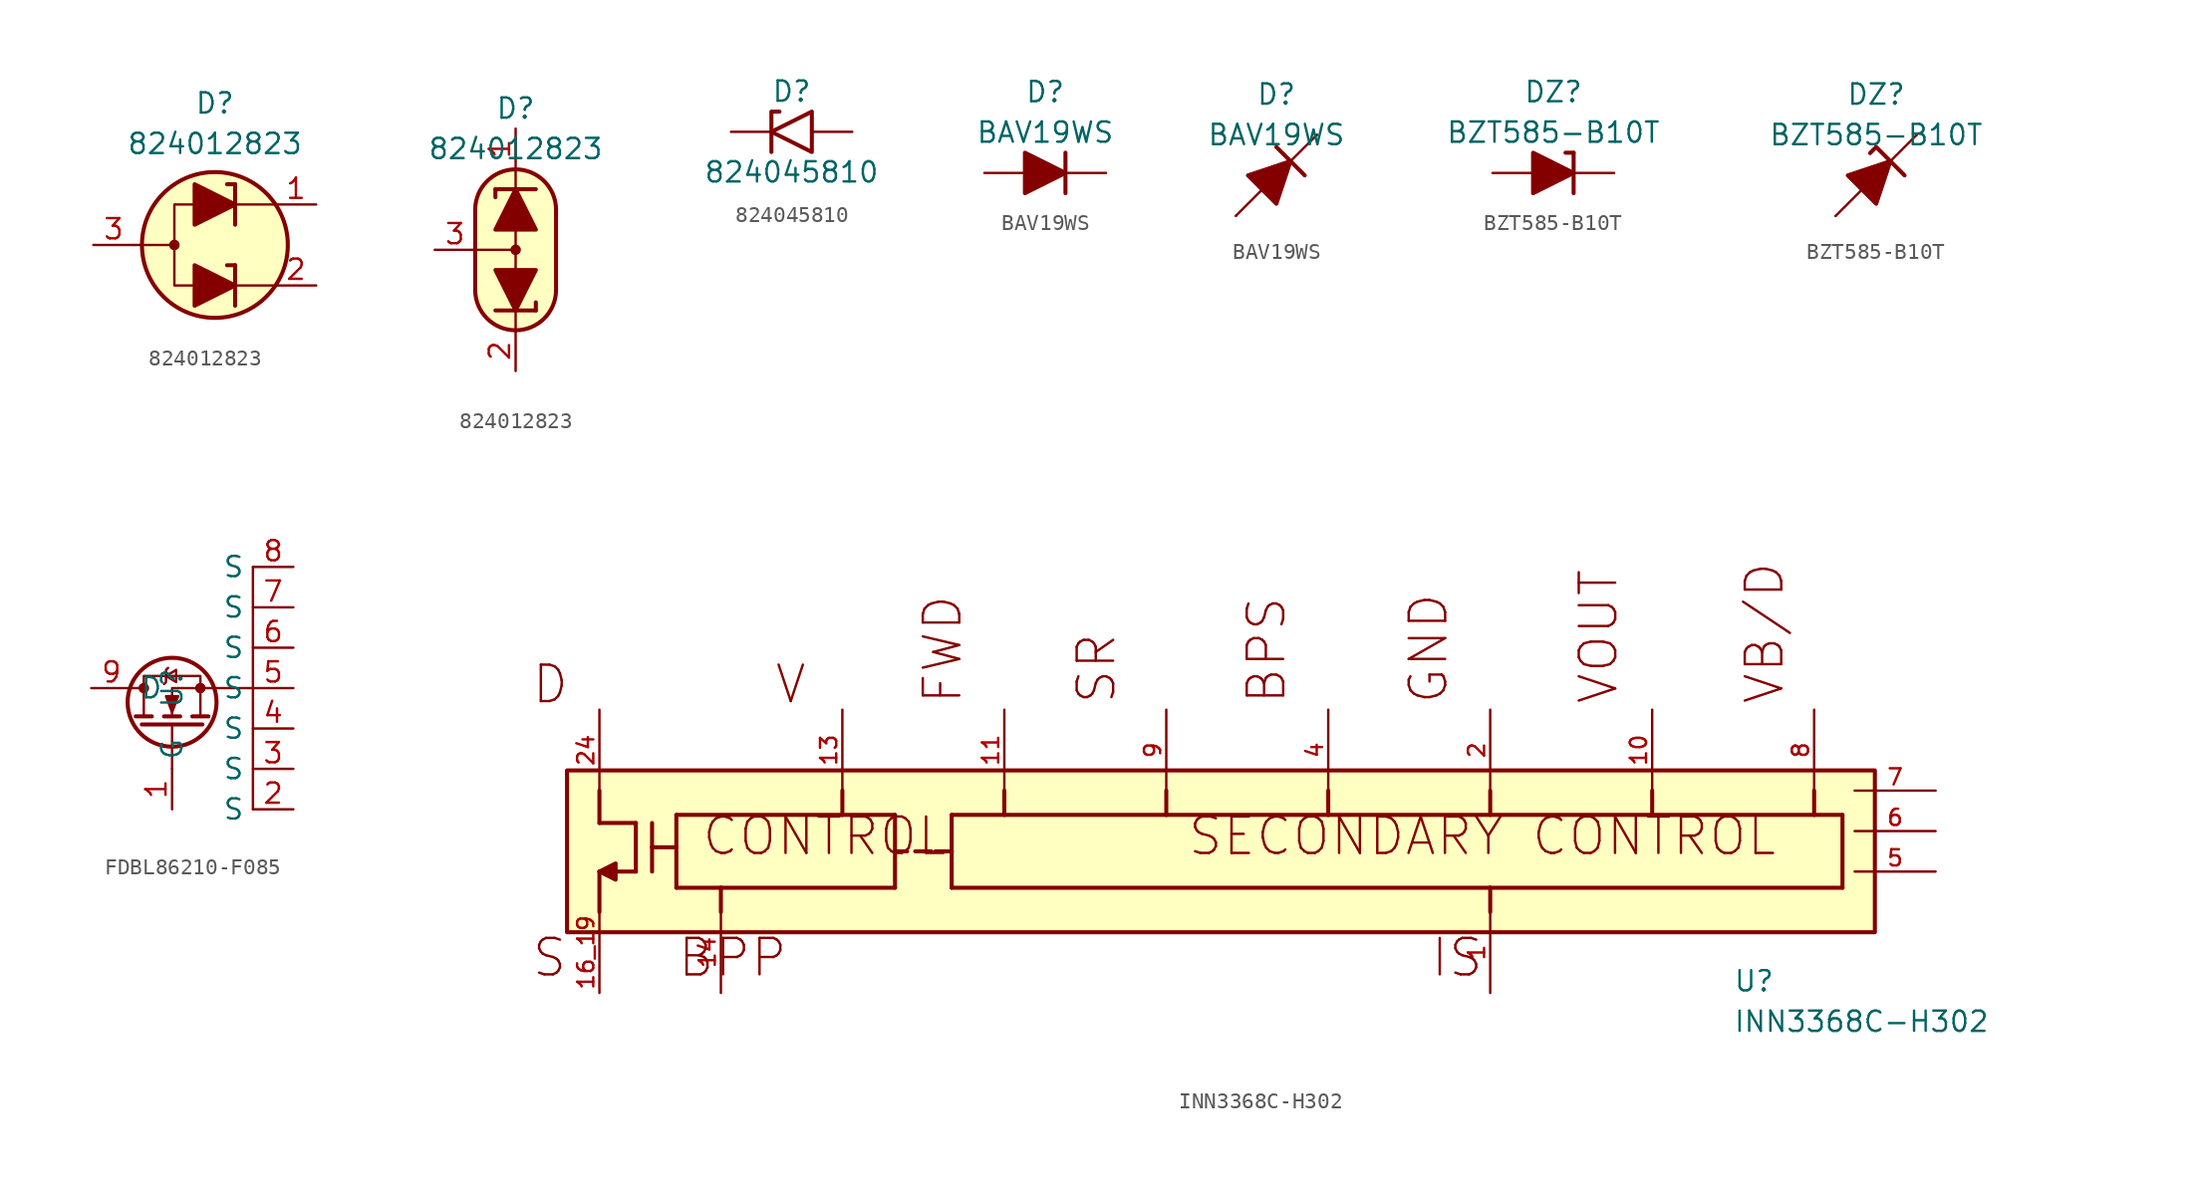
<source format=kicad_sym>
(kicad_symbol_lib
  (version 20231120)
  (generator "kicad_symbol_editor")
  (generator_version "8.0")
  (symbol "824012823"
    (pin_names
      (offset 1.016) hide)
    (property "Reference" "D"
      (at 0 8.89 0)
      (effects (font (size 1.27 1.27))))
    (property "Value" "824012823"
      (at 0 6.35 0)
      (effects (font (size 1.27 1.27))))
    (symbol "824012823_0_1"
      (circle (center -2.54 0) (radius 0.254) (stroke (width 0) (type default)) (fill (type outline)))
      (polyline (pts (xy -5.08 0) (xy -2.54 0)) (stroke (width 0) (type default)) (fill (type none)))
      (polyline (pts (xy 1.27 -2.54) (xy 3.81 -2.54)) (stroke (width 0) (type default)) (fill (type none)))
      (polyline (pts (xy 1.27 -1.27) (xy 0.762 -1.27)) (stroke (width 0.254) (type default)) (fill (type none)))
      (polyline (pts (xy 1.27 -1.27) (xy 1.27 -3.81)) (stroke (width 0.254) (type default)) (fill (type none)))
      (polyline (pts (xy 1.27 2.54) (xy 3.81 2.54)) (stroke (width 0) (type default)) (fill (type none)))
      (polyline (pts (xy 1.27 3.81) (xy 0.762 3.81)) (stroke (width 0.254) (type default)) (fill (type none)))
      (polyline (pts (xy 1.27 3.81) (xy 1.27 1.27)) (stroke (width 0.254) (type default)) (fill (type none)))
      (polyline (pts (xy -1.27 -2.54) (xy -2.54 -2.54) (xy -2.54 2.54) (xy -1.27 2.54)) (stroke (width 0) (type default)) (fill (type none)))
      (circle (center 0 0) (radius 4.572) (stroke (width 0.254) (type default)) (fill (type background))))
    (symbol "824012823_0_2"
      (arc (start -2.54 -2.54) (mid 0 -5.0576) (end 2.54 -2.54) (stroke (width 0.254) (type default)) (fill (type none)))
      (polyline (pts (xy -2.54 0) (xy 0 0)) (stroke (width 0) (type default)) (fill (type none)))
      (polyline (pts (xy -2.54 2.54) (xy -2.54 -2.54)) (stroke (width 0.254) (type default)) (fill (type none)))
      (polyline (pts (xy -1.27 3.81) (xy -1.27 3.302)) (stroke (width 0.254) (type default)) (fill (type none)))
      (polyline (pts (xy -1.27 3.81) (xy 1.27 3.81)) (stroke (width 0.254) (type default)) (fill (type none)))
      (polyline (pts (xy 0 -5.08) (xy 0 -3.81)) (stroke (width 0) (type default)) (fill (type none)))
      (polyline (pts (xy 0 1.27) (xy 0 -1.27)) (stroke (width 0) (type default)) (fill (type none)))
      (polyline (pts (xy 0 5.08) (xy 0 3.81)) (stroke (width 0) (type default)) (fill (type none)))
      (polyline (pts (xy 1.27 -3.81) (xy -1.27 -3.81)) (stroke (width 0.254) (type default)) (fill (type none)))
      (polyline (pts (xy 1.27 -3.81) (xy 1.27 -3.302)) (stroke (width 0.254) (type default)) (fill (type none)))
      (polyline (pts (xy 2.54 -2.54) (xy 2.54 2.54)) (stroke (width 0.254) (type default)) (fill (type none)))
      (polyline (pts (xy 0 -5.08) (xy -1.016 -4.826) (xy -1.778 -4.318) (xy -2.286 -3.556) (xy -2.54 -3.048) (xy -2.54 2.794) (xy -2.286 3.556) (xy -1.778 4.318) (xy -1.016 4.826) (xy -0.254 5.08) (xy 0.254 5.08) (xy 1.016 4.826) (xy 1.524 4.572) (xy 2.032 4.064) (xy 2.286 3.556) (xy 2.54 2.794) (xy 2.54 -2.794) (xy 2.286 -3.556) (xy 2.032 -4.064) (xy 1.524 -4.572) (xy 1.016 -4.826) (xy 0 -5.08)) (stroke (width 0.01) (type default)) (fill (type background)))
      (circle (center 0 0) (radius 0.254) (stroke (width 0) (type default)) (fill (type outline)))
      (arc (start 2.54 2.54) (mid 0 5.0576) (end -2.54 2.54) (stroke (width 0.254) (type default)) (fill (type none))))
    (symbol "824012823_1_1"
      (polyline (pts (xy -1.27 -2.54) (xy 1.27 -2.54)) (stroke (width 0) (type default)) (fill (type none)))
      (polyline (pts (xy -1.27 2.54) (xy 1.27 2.54)) (stroke (width 0) (type default)) (fill (type none)))
      (polyline (pts (xy -1.27 -1.27) (xy -1.27 -3.81) (xy 1.27 -2.54) (xy -1.27 -1.27)) (stroke (width 0.254) (type default)) (fill (type outline)))
      (polyline (pts (xy -1.27 3.81) (xy -1.27 1.27) (xy 1.27 2.54) (xy -1.27 3.81)) (stroke (width 0.254) (type default)) (fill (type outline)))
      (pin passive line (at 6.35 2.54 180) (length 2.54) (name "K1" (effects (font (size 1.27 1.27)))) (number "1" (effects (font (size 1.27 1.27)))))
      (pin passive line (at 6.35 -2.54 180) (length 2.54) (name "K2" (effects (font (size 1.27 1.27)))) (number "2" (effects (font (size 1.27 1.27)))))
      (pin passive line (at -7.62 0 0) (length 2.54) (name "A" (effects (font (size 1.27 1.27)))) (number "3" (effects (font (size 1.27 1.27))))))
    (symbol "824012823_1_2"
      (polyline (pts (xy -1.27 1.27) (xy 1.27 1.27) (xy 0 3.81) (xy -1.27 1.27)) (stroke (width 0.254) (type default)) (fill (type outline)))
      (polyline (pts (xy 1.27 -1.27) (xy -1.27 -1.27) (xy 0 -3.81) (xy 1.27 -1.27)) (stroke (width 0.254) (type default)) (fill (type outline)))
      (pin passive line (at 0 7.62 270) (length 2.54) (name "K1" (effects (font (size 1.27 1.27)))) (number "1" (effects (font (size 1.27 1.27)))))
      (pin passive line (at 0 -7.62 90) (length 2.54) (name "K2" (effects (font (size 1.27 1.27)))) (number "2" (effects (font (size 1.27 1.27)))))
      (pin passive line (at -5.08 0 0) (length 2.54) (name "A" (effects (font (size 1.27 1.27)))) (number "3" (effects (font (size 1.27 1.27)))))))
  (symbol "824045810"
    (pin_numbers hide)
    (pin_names
      (offset 1.016) hide)
    (property "Reference" "D"
      (at 0 2.54 0)
      (effects (font (size 1.27 1.27))))
    (property "Value" "824045810"
      (at 0 -2.54 0)
      (effects (font (size 1.27 1.27))))
    (symbol "824045810_0_1"
      (polyline (pts (xy -0.762 1.27) (xy -1.27 1.27) (xy -1.27 -1.27)) (stroke (width 0.254) (type default)) (fill (type none)))
      (polyline (pts (xy 1.27 1.27) (xy 1.27 -1.27) (xy -1.27 0) (xy 1.27 1.27)) (stroke (width 0.254) (type default)) (fill (type none))))
    (symbol "824045810_1_1"
      (pin passive line (at -3.81 0 0) (length 2.54) (name "A1" (effects (font (size 1.27 1.27)))) (number "1" (effects (font (size 1.27 1.27)))))
      (pin passive line (at 3.81 0 180) (length 2.54) (name "A2" (effects (font (size 1.27 1.27)))) (number "2" (effects (font (size 1.27 1.27)))))))
  (symbol "BAV19WS"
    (pin_numbers hide)
    (pin_names
      (offset 1.016) hide)
    (property "Reference" "D"
      (at 0 5.08 0)
      (effects (font (size 1.27 1.27))))
    (property "Value" "BAV19WS"
      (at 0 2.54 0)
      (effects (font (size 1.27 1.27))))
    (symbol "BAV19WS_0_1"
      (polyline (pts (xy -1.27 0) (xy 1.27 0)) (stroke (width 0) (type default)) (fill (type none)))
      (polyline (pts (xy 1.27 1.27) (xy 1.27 -1.27)) (stroke (width 0.254) (type default)) (fill (type none)))
      (polyline (pts (xy -1.27 1.27) (xy -1.27 -1.27) (xy 1.27 0) (xy -1.27 1.27)) (stroke (width 0.254) (type default)) (fill (type outline))))
    (symbol "BAV19WS_0_2"
      (polyline (pts (xy -2.54 -2.54) (xy 2.54 2.54)) (stroke (width 0) (type default)) (fill (type none)))
      (polyline (pts (xy 0 1.778) (xy 1.778 0)) (stroke (width 0.254) (type default)) (fill (type none)))
      (polyline (pts (xy -0.889 -0.889) (xy -1.778 0) (xy 0.889 0.889) (xy 0 -1.778) (xy -0.889 -0.889)) (stroke (width 0.254) (type default)) (fill (type outline))))
    (symbol "BAV19WS_1_1"
      (pin passive line (at 3.81 0 180) (length 2.54) (name "K" (effects (font (size 1.27 1.27)))) (number "1" (effects (font (size 1.27 1.27)))))
      (pin passive line (at -3.81 0 0) (length 2.54) (name "A" (effects (font (size 1.27 1.27)))) (number "2" (effects (font (size 1.27 1.27))))))
    (symbol "BAV19WS_1_2"
      (pin passive line (at 2.54 2.54 180) (length 0) (name "K" (effects (font (size 1.27 1.27)))) (number "1" (effects (font (size 1.27 1.27)))))
      (pin passive line (at -2.54 -2.54 0) (length 0) (name "A" (effects (font (size 1.27 1.27)))) (number "2" (effects (font (size 1.27 1.27)))))))
  (symbol "BZT585-B10T"
    (pin_numbers hide)
    (pin_names
      (offset 1.016) hide)
    (property "Reference" "DZ"
      (at 0 5.08 0)
      (effects (font (size 1.27 1.27))))
    (property "Value" "BZT585-B10T"
      (at 0 2.54 0)
      (effects (font (size 1.27 1.27))))
    (symbol "BZT585-B10T_0_1"
      (polyline (pts (xy -1.27 0) (xy 1.27 0)) (stroke (width 0) (type default)) (fill (type none)))
      (polyline (pts (xy 1.27 1.27) (xy 0.762 1.27)) (stroke (width 0.254) (type default)) (fill (type none)))
      (polyline (pts (xy 1.27 1.27) (xy 1.27 -1.27)) (stroke (width 0.254) (type default)) (fill (type none)))
      (polyline (pts (xy -1.27 -1.27) (xy -1.27 1.27) (xy 1.27 0) (xy -1.27 -1.27)) (stroke (width 0.254) (type default)) (fill (type outline))))
    (symbol "BZT585-B10T_0_2"
      (polyline (pts (xy -2.54 -2.54) (xy 2.54 2.54)) (stroke (width 0) (type default)) (fill (type none)))
      (polyline (pts (xy 0 1.778) (xy -0.381 1.397)) (stroke (width 0.254) (type default)) (fill (type none)))
      (polyline (pts (xy 0 1.778) (xy 1.778 0)) (stroke (width 0.254) (type default)) (fill (type none)))
      (polyline (pts (xy -0.889 -0.889) (xy -1.778 0) (xy 0.889 0.889) (xy 0 -1.778) (xy -0.889 -0.889)) (stroke (width 0.254) (type default)) (fill (type outline))))
    (symbol "BZT585-B10T_1_1"
      (pin passive line (at 3.81 0 180) (length 2.54) (name "K" (effects (font (size 1.27 1.27)))) (number "1" (effects (font (size 1.27 1.27)))))
      (pin passive line (at -3.81 0 0) (length 2.54) (name "A" (effects (font (size 1.27 1.27)))) (number "2" (effects (font (size 1.27 1.27))))))
    (symbol "BZT585-B10T_1_2"
      (pin passive line (at 2.54 2.54 180) (length 0) (name "K" (effects (font (size 1.27 1.27)))) (number "1" (effects (font (size 1.27 1.27)))))
      (pin passive line (at -2.54 -2.54 0) (length 0) (name "A" (effects (font (size 1.27 1.27)))) (number "2" (effects (font (size 1.27 1.27)))))))
  (symbol "FDBL86210-F085"
    (property "Reference" "U"
      (at 0 0 90)
      (effects (font (size 1.27 1.27))))
    (property "Value" ""
      (at 0 0 90)
      (effects (font (size 1.27 1.27))))
    (symbol "FDBL86210-F085_0_1"
      (circle (center -1.778 0) (radius 0.254) (stroke (width 0) (type default)) (fill (type outline)))
      (circle (center 0 -0.889) (radius 2.794) (stroke (width 0.254) (type default)) (fill (type none)))
      (polyline (pts (xy -2.54 0) (xy -1.778 0)) (stroke (width 0) (type default)) (fill (type none)))
      (polyline (pts (xy -2.286 -1.778) (xy -1.27 -1.778)) (stroke (width 0.254) (type default)) (fill (type none)))
      (polyline (pts (xy -1.905 -2.286) (xy 1.905 -2.286)) (stroke (width 0.254) (type default)) (fill (type none)))
      (polyline (pts (xy -0.508 -1.778) (xy 0.508 -1.778)) (stroke (width 0.254) (type default)) (fill (type none)))
      (polyline (pts (xy 0 -2.286) (xy 0 -5.08)) (stroke (width 0) (type default)) (fill (type none)))
      (polyline (pts (xy 1.27 -1.778) (xy 2.286 -1.778)) (stroke (width 0.254) (type default)) (fill (type none)))
      (polyline (pts (xy 2.54 0) (xy 5.08 0)) (stroke (width 0) (type default)) (fill (type none)))
      (polyline (pts (xy 5.08 -7.62) (xy 5.08 7.62)) (stroke (width 0) (type default)) (fill (type none)))
      (polyline (pts (xy 2.54 0) (xy 0 0) (xy 0 -1.778)) (stroke (width 0) (type default)) (fill (type none)))
      (polyline (pts (xy -0.508 0.254) (xy -0.381 0.381) (xy -0.381 1.143) (xy -0.254 1.27)) (stroke (width 0) (type default)) (fill (type none)))
      (polyline (pts (xy -0.381 0.762) (xy 0.254 0.381) (xy 0.254 1.143) (xy -0.381 0.762)) (stroke (width 0) (type default)) (fill (type none)))
      (polyline (pts (xy 0 -1.524) (xy -0.381 -0.508) (xy 0.381 -0.508) (xy 0 -1.524)) (stroke (width 0) (type default)) (fill (type outline)))
      (polyline (pts (xy 1.778 -1.778) (xy 1.778 0.762) (xy -1.778 0.762) (xy -1.778 -1.778)) (stroke (width 0) (type default)) (fill (type none)))
      (circle (center 1.778 0) (radius 0.254) (stroke (width 0) (type default)) (fill (type outline))))
    (symbol "FDBL86210-F085_1_1"
      (pin input line (at 0 -7.62 90) (length 2.54) (name "G" (effects (font (size 1.27 1.27)))) (number "1" (effects (font (size 1.27 1.27)))))
      (pin passive line (at 7.62 -7.62 180) (length 2.54) (name "S" (effects (font (size 1.27 1.27)))) (number "2" (effects (font (size 1.27 1.27)))))
      (pin passive line (at 7.62 -5.08 180) (length 2.54) (name "S" (effects (font (size 1.27 1.27)))) (number "3" (effects (font (size 1.27 1.27)))))
      (pin passive line (at 7.62 -2.54 180) (length 2.54) (name "S" (effects (font (size 1.27 1.27)))) (number "4" (effects (font (size 1.27 1.27)))))
      (pin passive line (at 7.62 0 180) (length 2.54) (name "S" (effects (font (size 1.27 1.27)))) (number "5" (effects (font (size 1.27 1.27)))))
      (pin passive line (at 7.62 2.54 180) (length 2.54) (name "S" (effects (font (size 1.27 1.27)))) (number "6" (effects (font (size 1.27 1.27)))))
      (pin passive line (at 7.62 5.08 180) (length 2.54) (name "S" (effects (font (size 1.27 1.27)))) (number "7" (effects (font (size 1.27 1.27)))))
      (pin passive line (at 7.62 7.62 180) (length 2.54) (name "S" (effects (font (size 1.27 1.27)))) (number "8" (effects (font (size 1.27 1.27)))))
      (pin passive line (at -5.08 0 0) (length 2.54) (name "D" (effects (font (size 1.27 1.27)))) (number "9" (effects (font (size 1.27 1.27)))))))
  (symbol "INN3368C-H302"
    (pin_names
      (offset 1.016))
    (property "Reference" "U"
      (at 73.66 -17.78 0)
      (effects (font (size 1.27 1.27)) (justify left bottom)))
    (property "Value" "INN3368C-H302"
      (at 73.66 -20.32 0)
      (effects (font (size 1.27 1.27)) (justify left bottom)))
    (symbol "INN3368C-H302_0_0"
      (polyline (pts (xy 2.54 -10.16) (xy 2.54 -12.7)) (stroke (width 0.254) (type default)) (fill (type none)))
      (polyline (pts (xy 2.54 -7.112) (xy 4.826 -7.112)) (stroke (width 0.254) (type default)) (fill (type none)))
      (polyline (pts (xy 2.54 -5.08) (xy 2.54 -7.112)) (stroke (width 0.254) (type default)) (fill (type none)))
      (polyline (pts (xy 4.826 -10.16) (xy 2.54 -10.16)) (stroke (width 0.254) (type default)) (fill (type none)))
      (polyline (pts (xy 4.826 -7.112) (xy 4.826 -10.16)) (stroke (width 0.254) (type default)) (fill (type none)))
      (polyline (pts (xy 5.842 -8.636) (xy 5.842 -10.16)) (stroke (width 0.254) (type default)) (fill (type none)))
      (polyline (pts (xy 5.842 -8.636) (xy 7.366 -8.636)) (stroke (width 0.254) (type default)) (fill (type none)))
      (polyline (pts (xy 5.842 -7.112) (xy 5.842 -8.636)) (stroke (width 0.254) (type default)) (fill (type none)))
      (polyline (pts (xy 7.366 -11.176) (xy 7.366 -6.604)) (stroke (width 0.254) (type default)) (fill (type none)))
      (polyline (pts (xy 7.366 -6.604) (xy 17.78 -6.604)) (stroke (width 0.254) (type default)) (fill (type none)))
      (polyline (pts (xy 10.16 -11.176) (xy 7.366 -11.176)) (stroke (width 0.254) (type default)) (fill (type none)))
      (polyline (pts (xy 10.16 -11.176) (xy 10.16 -12.7)) (stroke (width 0.254) (type default)) (fill (type none)))
      (polyline (pts (xy 17.78 -6.604) (xy 21.082 -6.604)) (stroke (width 0.254) (type default)) (fill (type none)))
      (polyline (pts (xy 17.78 -5.08) (xy 17.78 -6.604)) (stroke (width 0.254) (type default)) (fill (type none)))
      (polyline (pts (xy 21.082 -11.176) (xy 10.16 -11.176)) (stroke (width 0.254) (type default)) (fill (type none)))
      (polyline (pts (xy 21.082 -8.89) (xy 21.082 -11.176)) (stroke (width 0.254) (type default)) (fill (type none)))
      (polyline (pts (xy 21.082 -8.89) (xy 21.844 -8.89)) (stroke (width 0.254) (type default)) (fill (type none)))
      (polyline (pts (xy 21.082 -6.604) (xy 21.082 -8.89)) (stroke (width 0.254) (type default)) (fill (type none)))
      (polyline (pts (xy 22.352 -8.89) (xy 23.368 -8.89)) (stroke (width 0.254) (type default)) (fill (type none)))
      (polyline (pts (xy 23.622 -8.89) (xy 24.638 -8.89)) (stroke (width 0.254) (type default)) (fill (type none)))
      (polyline (pts (xy 24.638 -11.176) (xy 24.638 -8.89)) (stroke (width 0.254) (type default)) (fill (type none)))
      (polyline (pts (xy 24.638 -8.89) (xy 24.638 -6.604)) (stroke (width 0.254) (type default)) (fill (type none)))
      (polyline (pts (xy 24.638 -6.604) (xy 27.94 -6.604)) (stroke (width 0.254) (type default)) (fill (type none)))
      (polyline (pts (xy 27.94 -6.604) (xy 38.1 -6.604)) (stroke (width 0.254) (type default)) (fill (type none)))
      (polyline (pts (xy 27.94 -5.08) (xy 27.94 -6.604)) (stroke (width 0.254) (type default)) (fill (type none)))
      (polyline (pts (xy 38.1 -6.604) (xy 48.26 -6.604)) (stroke (width 0.254) (type default)) (fill (type none)))
      (polyline (pts (xy 38.1 -5.08) (xy 38.1 -6.604)) (stroke (width 0.254) (type default)) (fill (type none)))
      (polyline (pts (xy 48.26 -6.604) (xy 58.42 -6.604)) (stroke (width 0.254) (type default)) (fill (type none)))
      (polyline (pts (xy 48.26 -5.08) (xy 48.26 -6.604)) (stroke (width 0.254) (type default)) (fill (type none)))
      (polyline (pts (xy 58.42 -11.176) (xy 24.638 -11.176)) (stroke (width 0.254) (type default)) (fill (type none)))
      (polyline (pts (xy 58.42 -11.176) (xy 58.42 -12.7)) (stroke (width 0.254) (type default)) (fill (type none)))
      (polyline (pts (xy 58.42 -6.604) (xy 68.58 -6.604)) (stroke (width 0.254) (type default)) (fill (type none)))
      (polyline (pts (xy 58.42 -5.08) (xy 58.42 -6.604)) (stroke (width 0.254) (type default)) (fill (type none)))
      (polyline (pts (xy 68.58 -6.604) (xy 78.74 -6.604)) (stroke (width 0.254) (type default)) (fill (type none)))
      (polyline (pts (xy 68.58 -5.08) (xy 68.58 -6.604)) (stroke (width 0.254) (type default)) (fill (type none)))
      (polyline (pts (xy 78.74 -6.604) (xy 80.518 -6.604)) (stroke (width 0.254) (type default)) (fill (type none)))
      (polyline (pts (xy 78.74 -5.08) (xy 78.74 -6.604)) (stroke (width 0.254) (type default)) (fill (type none)))
      (polyline (pts (xy 80.518 -11.176) (xy 58.42 -11.176)) (stroke (width 0.254) (type default)) (fill (type none)))
      (polyline (pts (xy 80.518 -6.604) (xy 80.518 -11.176)) (stroke (width 0.254) (type default)) (fill (type none)))
      (polyline (pts (xy 2.54 -10.16) (xy 3.556 -9.652) (xy 3.556 -10.668) (xy 2.54 -10.16)) (stroke (width 0.254) (type default)) (fill (type outline)))
      (rectangle (start 0.508 -13.97) (end 82.55 -3.81) (stroke (width 0.254) (type default)) (fill (type background)))
      (text "BPP" (at 7.366 -14.224 0) (effects (font (size 2.286 2.286)) (justify left top)))
      (text "BPS" (at 45.72 0.254 900) (effects (font (size 2.286 2.286)) (justify left bottom)))
      (text "CONTROL" (at 8.89 -6.604 0) (effects (font (size 2.286 2.286)) (justify left top)))
      (text "D" (at -1.778 0.254 0) (effects (font (size 2.286 2.286)) (justify left bottom)))
      (text "FWD" (at 25.4 0.254 900) (effects (font (size 2.286 2.286)) (justify left bottom)))
      (text "GND" (at 55.88 0.254 900) (effects (font (size 2.286 2.286)) (justify left bottom)))
      (text "IS" (at 54.61 -14.224 0) (effects (font (size 2.286 2.286)) (justify left top)))
      (text "S" (at -1.778 -14.224 0) (effects (font (size 2.286 2.286)) (justify left top)))
      (text "SECONDARY CONTROL" (at 39.37 -6.604 0) (effects (font (size 2.286 2.286)) (justify left top)))
      (text "SR" (at 35.052 0.254 900) (effects (font (size 2.286 2.286)) (justify left bottom)))
      (text "V" (at 13.462 0.254 0) (effects (font (size 2.286 2.286)) (justify left bottom)))
      (text "VB/D" (at 76.962 0.254 900) (effects (font (size 2.286 2.286)) (justify left bottom)))
      (text "VOUT" (at 66.548 0.254 900) (effects (font (size 2.286 2.286)) (justify left bottom)))
      (pin input line (at 58.42 -17.78 90) (length 5.08) (name "~" (effects (font (size 1.016 1.016)))) (number "1" (effects (font (size 1.016 1.016)))))
      (pin output line (at 68.58 0 270) (length 5.08) (name "~" (effects (font (size 1.016 1.016)))) (number "10" (effects (font (size 1.016 1.016)))))
      (pin input line (at 27.94 0 270) (length 5.08) (name "~" (effects (font (size 1.016 1.016)))) (number "11" (effects (font (size 1.016 1.016)))))
      (pin input line (at 17.78 0 270) (length 5.08) (name "~" (effects (font (size 1.016 1.016)))) (number "13" (effects (font (size 1.016 1.016)))))
      (pin passive line (at 10.16 -17.78 90) (length 5.08) (name "~" (effects (font (size 1.016 1.016)))) (number "14" (effects (font (size 1.016 1.016)))))
      (pin passive line (at 2.54 -17.78 90) (length 5.08) (name "~" (effects (font (size 1.016 1.016)))) (number "16_19" (effects (font (size 1.016 1.016)))))
      (pin power_in line (at 58.42 0 270) (length 5.08) (name "~" (effects (font (size 1.016 1.016)))) (number "2" (effects (font (size 1.016 1.016)))))
      (pin passive line (at 2.54 0 270) (length 5.08) (name "~" (effects (font (size 1.016 1.016)))) (number "24" (effects (font (size 1.016 1.016)))))
      (pin passive line (at 48.26 0 270) (length 5.08) (name "~" (effects (font (size 1.016 1.016)))) (number "4" (effects (font (size 1.016 1.016)))))
      (pin input line (at 86.36 -10.16 180) (length 5.08) (name "~" (effects (font (size 1.016 1.016)))) (number "5" (effects (font (size 1.016 1.016)))))
      (pin bidirectional line (at 86.36 -7.62 180) (length 5.08) (name "~" (effects (font (size 1.016 1.016)))) (number "6" (effects (font (size 1.016 1.016)))))
      (pin power_in line (at 86.36 -5.08 180) (length 5.08) (name "~" (effects (font (size 1.016 1.016)))) (number "7" (effects (font (size 1.016 1.016)))))
      (pin input line (at 78.74 0 270) (length 5.08) (name "~" (effects (font (size 1.016 1.016)))) (number "8" (effects (font (size 1.016 1.016)))))
      (pin passive line (at 38.1 0 270) (length 5.08) (name "~" (effects (font (size 1.016 1.016)))) (number "9" (effects (font (size 1.016 1.016))))))))
</source>
